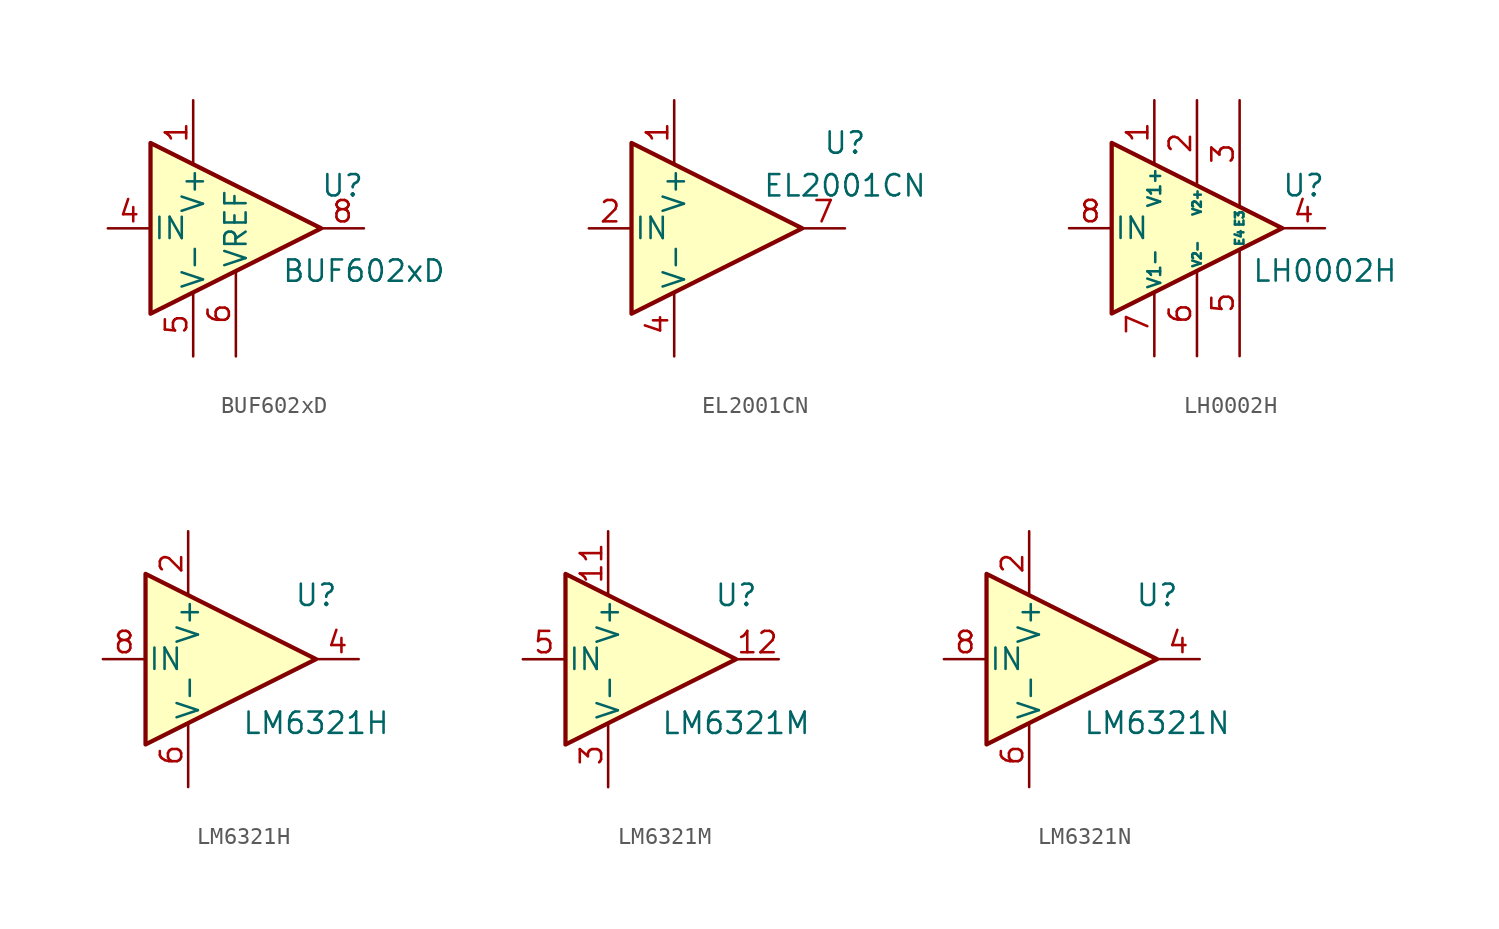
<source format=kicad_sym>
(kicad_symbol_lib
  (version 20211014)
  (generator kicad_symbol_editor)
  (symbol "BUF602xD"
    (pin_names
      (offset 0.127))
    (property "Reference" "U"
      (at 6.35 2.54 0)
      (effects (font (size 1.27 1.27))))
    (property "Value" "BUF602xD"
      (at 7.62 -2.54 0)
      (effects (font (size 1.27 1.27))))
    (symbol "BUF602xD_0_1"
      (polyline (pts (xy 5.08 0) (xy -5.08 5.08) (xy -5.08 -5.08) (xy 5.08 0)) (stroke (width 0.254) (type default) (color 0 0 0 0)) (fill (type background))))
    (symbol "BUF602xD_1_1"
      (pin power_in line (at -2.54 7.62 270) (length 3.81) (name "V+" (effects (font (size 1.27 1.27)))) (number "1" (effects (font (size 1.27 1.27)))))
      (pin no_connect line (at -5.08 5.08 0) (length 2.54) hide (name "NC" (effects (font (size 1.27 1.27)))) (number "2" (effects (font (size 1.27 1.27)))))
      (pin no_connect line (at -5.08 2.54 0) (length 2.54) hide (name "NC" (effects (font (size 1.27 1.27)))) (number "3" (effects (font (size 1.27 1.27)))))
      (pin input line (at -7.62 0 0) (length 2.54) (name "IN" (effects (font (size 1.27 1.27)))) (number "4" (effects (font (size 1.27 1.27)))))
      (pin power_in line (at -2.54 -7.62 90) (length 3.81) (name "V-" (effects (font (size 1.27 1.27)))) (number "5" (effects (font (size 1.27 1.27)))))
      (pin output line (at 0 -7.62 90) (length 5.08) (name "VREF" (effects (font (size 1.27 1.27)))) (number "6" (effects (font (size 1.27 1.27)))))
      (pin no_connect line (at -5.08 -2.54 0) (length 2.54) hide (name "NC" (effects (font (size 1.27 1.27)))) (number "7" (effects (font (size 1.27 1.27)))))
      (pin output line (at 7.62 0 180) (length 2.54) (name "~" (effects (font (size 1.27 1.27)))) (number "8" (effects (font (size 1.27 1.27)))))))
  (symbol "EL2001CN"
    (pin_names
      (offset 0.127))
    (property "Reference" "U"
      (at 7.62 5.08 0)
      (effects (font (size 1.27 1.27))))
    (property "Value" "EL2001CN"
      (at 7.62 2.54 0)
      (effects (font (size 1.27 1.27))))
    (symbol "EL2001CN_0_1"
      (polyline (pts (xy 5.08 0) (xy -5.08 5.08) (xy -5.08 -5.08) (xy 5.08 0)) (stroke (width 0.254) (type default) (color 0 0 0 0)) (fill (type background))))
    (symbol "EL2001CN_1_1"
      (pin power_in line (at -2.54 7.62 270) (length 3.81) (name "V+" (effects (font (size 1.27 1.27)))) (number "1" (effects (font (size 1.27 1.27)))))
      (pin input line (at -7.62 0 0) (length 2.54) (name "IN" (effects (font (size 1.27 1.27)))) (number "2" (effects (font (size 1.27 1.27)))))
      (pin no_connect line (at -5.08 2.54 0) (length 2.54) hide (name "NC" (effects (font (size 1.27 1.27)))) (number "3" (effects (font (size 1.27 1.27)))))
      (pin power_in line (at -2.54 -7.62 90) (length 3.81) (name "V-" (effects (font (size 1.27 1.27)))) (number "4" (effects (font (size 1.27 1.27)))))
      (pin no_connect line (at -5.08 -2.54 0) (length 2.54) hide (name "NC" (effects (font (size 1.27 1.27)))) (number "5" (effects (font (size 1.27 1.27)))))
      (pin no_connect line (at -5.08 -5.08 0) (length 2.54) hide (name "NC" (effects (font (size 1.27 1.27)))) (number "6" (effects (font (size 1.27 1.27)))))
      (pin output line (at 7.62 0 180) (length 2.54) (name "~" (effects (font (size 1.27 1.27)))) (number "7" (effects (font (size 1.27 1.27)))))
      (pin no_connect line (at -5.08 5.08 0) (length 2.54) hide (name "NC" (effects (font (size 1.27 1.27)))) (number "8" (effects (font (size 1.27 1.27)))))))
  (symbol "LH0002H"
    (pin_names
      (offset 0.127))
    (property "Reference" "U"
      (at 6.35 2.54 0)
      (effects (font (size 1.27 1.27))))
    (property "Value" "LH0002H"
      (at 7.62 -2.54 0)
      (effects (font (size 1.27 1.27))))
    (symbol "LH0002H_0_1"
      (polyline (pts (xy 5.08 0) (xy -5.08 5.08) (xy -5.08 -5.08) (xy 5.08 0)) (stroke (width 0.254) (type default) (color 0 0 0 0)) (fill (type background))))
    (symbol "LH0002H_1_1"
      (pin power_in line (at -2.54 7.62 270) (length 3.81) (name "V1+" (effects (font (size 0.762 0.762)))) (number "1" (effects (font (size 1.27 1.27)))))
      (pin power_in line (at 0 7.62 270) (length 5.08) (name "V2+" (effects (font (size 0.508 0.508)))) (number "2" (effects (font (size 1.27 1.27)))))
      (pin passive line (at 2.54 7.62 270) (length 6.35) (name "E3" (effects (font (size 0.508 0.508)))) (number "3" (effects (font (size 1.27 1.27)))))
      (pin output line (at 7.62 0 180) (length 2.54) (name "~" (effects (font (size 1.27 1.27)))) (number "4" (effects (font (size 1.27 1.27)))))
      (pin passive line (at 2.54 -7.62 90) (length 6.35) (name "E4" (effects (font (size 0.508 0.508)))) (number "5" (effects (font (size 1.27 1.27)))))
      (pin power_in line (at 0 -7.62 90) (length 5.08) (name "V2-" (effects (font (size 0.508 0.508)))) (number "6" (effects (font (size 1.27 1.27)))))
      (pin power_in line (at -2.54 -7.62 90) (length 3.81) (name "V1-" (effects (font (size 0.762 0.762)))) (number "7" (effects (font (size 1.27 1.27)))))
      (pin input line (at -7.62 0 0) (length 2.54) (name "IN" (effects (font (size 1.27 1.27)))) (number "8" (effects (font (size 1.27 1.27)))))))
  (symbol "LM6321H"
    (pin_names
      (offset 0.127))
    (property "Reference" "U"
      (at 5.08 3.81 0)
      (effects (font (size 1.27 1.27))))
    (property "Value" "LM6321H"
      (at 5.08 -3.81 0)
      (effects (font (size 1.27 1.27))))
    (symbol "LM6321H_0_1"
      (polyline (pts (xy 5.08 0) (xy -5.08 5.08) (xy -5.08 -5.08) (xy 5.08 0)) (stroke (width 0.254) (type default) (color 0 0 0 0)) (fill (type background))))
    (symbol "LM6321H_1_1"
      (pin no_connect line (at -2.54 2.54 270) (length 2.54) hide (name "NC" (effects (font (size 1.27 1.27)))) (number "1" (effects (font (size 1.27 1.27)))))
      (pin power_in line (at -2.54 7.62 270) (length 3.81) (name "V+" (effects (font (size 1.27 1.27)))) (number "2" (effects (font (size 1.27 1.27)))))
      (pin no_connect line (at 0 2.54 270) (length 2.54) hide (name "NC" (effects (font (size 1.27 1.27)))) (number "3" (effects (font (size 1.27 1.27)))))
      (pin output line (at 7.62 0 180) (length 2.54) (name "~" (effects (font (size 1.27 1.27)))) (number "4" (effects (font (size 1.27 1.27)))))
      (pin no_connect line (at 0 -2.54 90) (length 2.54) hide (name "NC" (effects (font (size 1.27 1.27)))) (number "5" (effects (font (size 1.27 1.27)))))
      (pin power_in line (at -2.54 -7.62 90) (length 3.81) (name "V-" (effects (font (size 1.27 1.27)))) (number "6" (effects (font (size 1.27 1.27)))))
      (pin no_connect line (at -2.54 -2.54 90) (length 2.54) hide (name "NC" (effects (font (size 1.27 1.27)))) (number "7" (effects (font (size 1.27 1.27)))))
      (pin input line (at -7.62 0 0) (length 2.54) (name "IN" (effects (font (size 1.27 1.27)))) (number "8" (effects (font (size 1.27 1.27)))))))
  (symbol "LM6321M"
    (pin_names
      (offset 0.127))
    (property "Reference" "U"
      (at 5.08 3.81 0)
      (effects (font (size 1.27 1.27))))
    (property "Value" "LM6321M"
      (at 5.08 -3.81 0)
      (effects (font (size 1.27 1.27))))
    (symbol "LM6321M_0_1"
      (polyline (pts (xy 5.08 0) (xy -5.08 5.08) (xy -5.08 -5.08) (xy 5.08 0)) (stroke (width 0.254) (type default) (color 0 0 0 0)) (fill (type background))))
    (symbol "LM6321M_1_1"
      (pin passive line (at -2.54 -7.62 90) (length 3.81) hide (name "V-" (effects (font (size 1.27 1.27)))) (number "1" (effects (font (size 1.27 1.27)))))
      (pin no_connect line (at 0 -2.54 90) (length 2.54) hide (name "NC" (effects (font (size 1.27 1.27)))) (number "10" (effects (font (size 1.27 1.27)))))
      (pin power_in line (at -2.54 7.62 270) (length 3.81) (name "V+" (effects (font (size 1.27 1.27)))) (number "11" (effects (font (size 1.27 1.27)))))
      (pin output line (at 7.62 0 180) (length 2.54) (name "~" (effects (font (size 1.27 1.27)))) (number "12" (effects (font (size 1.27 1.27)))))
      (pin passive line (at -2.54 -7.62 90) (length 3.81) hide (name "V-" (effects (font (size 1.27 1.27)))) (number "13" (effects (font (size 1.27 1.27)))))
      (pin passive line (at -2.54 -7.62 90) (length 3.81) hide (name "V-" (effects (font (size 1.27 1.27)))) (number "14" (effects (font (size 1.27 1.27)))))
      (pin passive line (at -2.54 -7.62 90) (length 3.81) hide (name "V-" (effects (font (size 1.27 1.27)))) (number "2" (effects (font (size 1.27 1.27)))))
      (pin power_in line (at -2.54 -7.62 90) (length 3.81) (name "V-" (effects (font (size 1.27 1.27)))) (number "3" (effects (font (size 1.27 1.27)))))
      (pin no_connect line (at 0 2.54 270) (length 2.54) hide (name "NC" (effects (font (size 1.27 1.27)))) (number "4" (effects (font (size 1.27 1.27)))))
      (pin input line (at -7.62 0 0) (length 2.54) (name "IN" (effects (font (size 1.27 1.27)))) (number "5" (effects (font (size 1.27 1.27)))))
      (pin passive line (at -2.54 -7.62 90) (length 3.81) hide (name "V-" (effects (font (size 1.27 1.27)))) (number "6" (effects (font (size 1.27 1.27)))))
      (pin passive line (at -2.54 -7.62 90) (length 3.81) hide (name "V-" (effects (font (size 1.27 1.27)))) (number "7" (effects (font (size 1.27 1.27)))))
      (pin passive line (at -2.54 -7.62 90) (length 3.81) hide (name "V-" (effects (font (size 1.27 1.27)))) (number "8" (effects (font (size 1.27 1.27)))))
      (pin passive line (at -2.54 -7.62 90) (length 3.81) hide (name "V-" (effects (font (size 1.27 1.27)))) (number "9" (effects (font (size 1.27 1.27)))))))
  (symbol "LM6321N"
    (pin_names
      (offset 0.127))
    (property "Reference" "U"
      (at 5.08 3.81 0)
      (effects (font (size 1.27 1.27))))
    (property "Value" "LM6321N"
      (at 5.08 -3.81 0)
      (effects (font (size 1.27 1.27))))
    (symbol "LM6321N_0_1"
      (polyline (pts (xy 5.08 0) (xy -5.08 5.08) (xy -5.08 -5.08) (xy 5.08 0)) (stroke (width 0.254) (type default) (color 0 0 0 0)) (fill (type background))))
    (symbol "LM6321N_1_1"
      (pin no_connect line (at -2.54 -2.54 90) (length 2.54) hide (name "NC" (effects (font (size 1.27 1.27)))) (number "1" (effects (font (size 1.27 1.27)))))
      (pin power_in line (at -2.54 7.62 270) (length 3.81) (name "V+" (effects (font (size 1.27 1.27)))) (number "2" (effects (font (size 1.27 1.27)))))
      (pin no_connect line (at 0 -2.54 90) (length 2.54) hide (name "NC" (effects (font (size 1.27 1.27)))) (number "3" (effects (font (size 1.27 1.27)))))
      (pin output line (at 7.62 0 180) (length 2.54) (name "~" (effects (font (size 1.27 1.27)))) (number "4" (effects (font (size 1.27 1.27)))))
      (pin no_connect line (at -2.54 2.54 270) (length 2.54) hide (name "NC" (effects (font (size 1.27 1.27)))) (number "5" (effects (font (size 1.27 1.27)))))
      (pin power_in line (at -2.54 -7.62 90) (length 3.81) (name "V-" (effects (font (size 1.27 1.27)))) (number "6" (effects (font (size 1.27 1.27)))))
      (pin no_connect line (at 0 2.54 270) (length 2.54) hide (name "NC" (effects (font (size 1.27 1.27)))) (number "7" (effects (font (size 1.27 1.27)))))
      (pin input line (at -7.62 0 0) (length 2.54) (name "IN" (effects (font (size 1.27 1.27)))) (number "8" (effects (font (size 1.27 1.27))))))))
</source>
